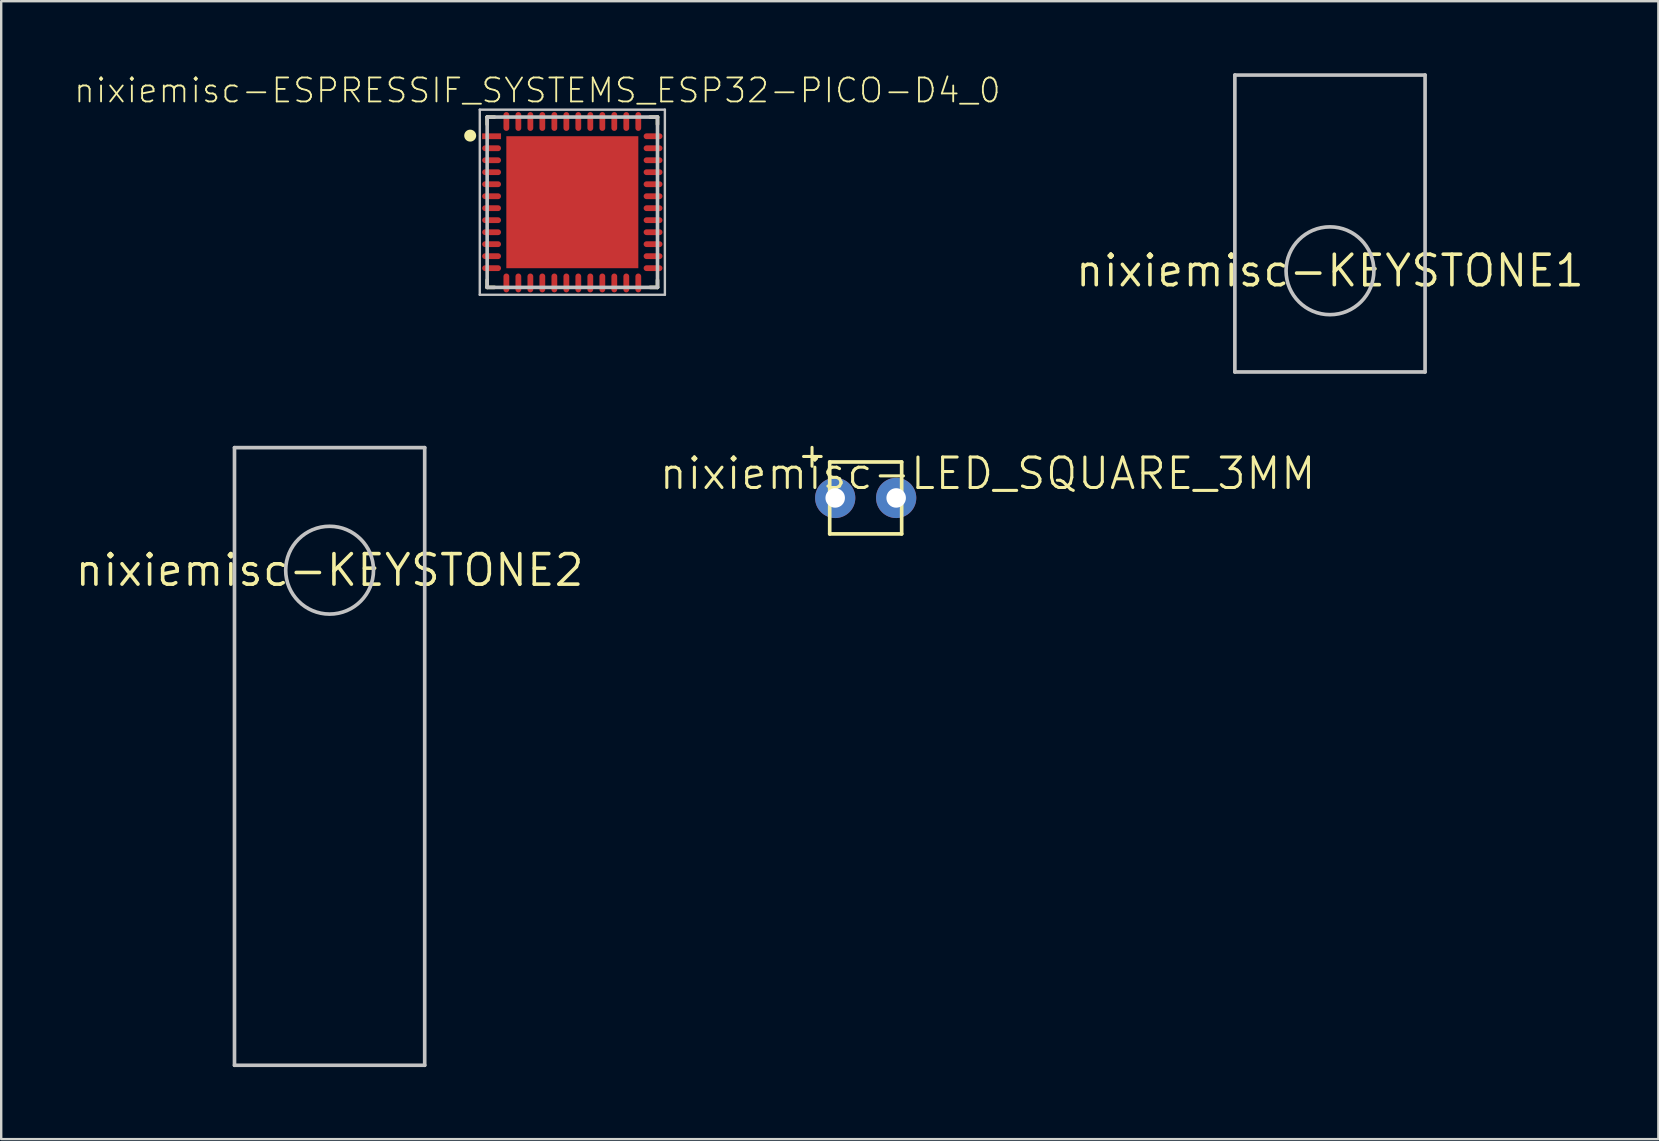
<source format=kicad_pcb>
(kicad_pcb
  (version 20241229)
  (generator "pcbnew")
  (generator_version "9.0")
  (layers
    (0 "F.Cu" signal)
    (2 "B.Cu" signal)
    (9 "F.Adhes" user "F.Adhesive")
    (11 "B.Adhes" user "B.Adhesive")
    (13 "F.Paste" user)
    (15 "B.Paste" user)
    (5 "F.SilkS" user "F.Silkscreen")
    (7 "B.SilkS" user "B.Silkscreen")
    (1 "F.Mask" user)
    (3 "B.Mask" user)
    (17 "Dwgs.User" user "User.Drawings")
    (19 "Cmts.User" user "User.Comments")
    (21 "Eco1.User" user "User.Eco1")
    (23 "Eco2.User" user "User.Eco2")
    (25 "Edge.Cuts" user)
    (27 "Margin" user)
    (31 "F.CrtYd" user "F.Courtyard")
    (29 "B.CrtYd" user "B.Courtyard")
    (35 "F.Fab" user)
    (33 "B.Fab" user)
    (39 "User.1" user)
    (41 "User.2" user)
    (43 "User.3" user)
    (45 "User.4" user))
  (footprint "nixiemisc-ESPRESSIF_SYSTEMS_ESP32-PICO-D4_0"
    (layer "F.Cu")
    (at 20.793 5.374)
    (property "Reference" "nixiemisc-ESPRESSIF_SYSTEMS_ESP32-PICO-D4_0" (at -1.455 -4.656 0) (layer "F.SilkS") (effects (font (size 0.998 0.998) (thickness 0.076))))
    (attr smd)
    (fp_line (start -3.548 -3.548) (end -3.244 -3.548) (stroke (width 0.15) (type solid)) (layer "F.SilkS"))
    (fp_line (start -3.548 -3.244) (end -3.548 -3.548) (stroke (width 0.15) (type solid)) (layer "F.SilkS"))
    (fp_line (start -3.548 3.548) (end -3.548 3.244) (stroke (width 0.15) (type solid)) (layer "F.SilkS"))
    (fp_line (start -3.548 3.548) (end -3.244 3.548) (stroke (width 0.15) (type solid)) (layer "F.SilkS"))
    (fp_line (start 3.244 -3.548) (end 3.548 -3.548) (stroke (width 0.15) (type solid)) (layer "F.SilkS"))
    (fp_line (start 3.244 3.548) (end 3.548 3.548) (stroke (width 0.15) (type solid)) (layer "F.SilkS"))
    (fp_line (start 3.548 -3.244) (end 3.548 -3.548) (stroke (width 0.15) (type solid)) (layer "F.SilkS"))
    (fp_line (start 3.548 3.548) (end 3.548 3.244) (stroke (width 0.15) (type solid)) (layer "F.SilkS"))
    (fp_circle (center -4.255 -2.774) (end -4.255 -3.023) (stroke (width 0) (type solid)) (fill yes) (layer "F.SilkS"))
    (fp_line (start -2.075 -2.075) (end -0.335 -2.075) (stroke (width 0.066) (type solid)) (layer "F.Paste"))
    (fp_line (start -2.075 -0.335) (end -2.075 -2.075) (stroke (width 0.066) (type solid)) (layer "F.Paste"))
    (fp_line (start -2.075 -0.335) (end -0.335 -0.335) (stroke (width 0.066) (type solid)) (layer "F.Paste"))
    (fp_line (start -2.075 0.335) (end -0.335 0.335) (stroke (width 0.066) (type solid)) (layer "F.Paste"))
    (fp_line (start -2.075 2.075) (end -2.075 0.335) (stroke (width 0.066) (type solid)) (layer "F.Paste"))
    (fp_line (start -2.075 2.075) (end -0.335 2.075) (stroke (width 0.066) (type solid)) (layer "F.Paste"))
    (fp_line (start -0.335 -0.335) (end -0.335 -2.075) (stroke (width 0.066) (type solid)) (layer "F.Paste"))
    (fp_line (start -0.335 2.075) (end -0.335 0.335) (stroke (width 0.066) (type solid)) (layer "F.Paste"))
    (fp_line (start 0.335 -2.075) (end 2.075 -2.075) (stroke (width 0.066) (type solid)) (layer "F.Paste"))
    (fp_line (start 0.335 -0.335) (end 0.335 -2.075) (stroke (width 0.066) (type solid)) (layer "F.Paste"))
    (fp_line (start 0.335 -0.335) (end 2.075 -0.335) (stroke (width 0.066) (type solid)) (layer "F.Paste"))
    (fp_line (start 0.335 0.335) (end 2.075 0.335) (stroke (width 0.066) (type solid)) (layer "F.Paste"))
    (fp_line (start 0.335 2.075) (end 0.335 0.335) (stroke (width 0.066) (type solid)) (layer "F.Paste"))
    (fp_line (start 0.335 2.075) (end 2.075 2.075) (stroke (width 0.066) (type solid)) (layer "F.Paste"))
    (fp_line (start 2.075 -0.335) (end 2.075 -2.075) (stroke (width 0.066) (type solid)) (layer "F.Paste"))
    (fp_line (start 2.075 2.075) (end 2.075 0.335) (stroke (width 0.066) (type solid)) (layer "F.Paste"))
    (fp_line (start -3.856 -3.856) (end 3.856 -3.856) (stroke (width 0.099) (type solid)) (layer "Dwgs.User"))
    (fp_line (start -3.856 3.856) (end -3.856 -3.856) (stroke (width 0.099) (type solid)) (layer "Dwgs.User"))
    (fp_line (start -3.548 -3.548) (end 3.548 -3.548) (stroke (width 0.15) (type solid)) (layer "Dwgs.User"))
    (fp_line (start -3.548 3.548) (end -3.548 -3.548) (stroke (width 0.15) (type solid)) (layer "Dwgs.User"))
    (fp_line (start 3.548 -3.548) (end 3.548 3.548) (stroke (width 0.15) (type solid)) (layer "Dwgs.User"))
    (fp_line (start 3.548 3.548) (end -3.548 3.548) (stroke (width 0.15) (type solid)) (layer "Dwgs.User"))
    (fp_line (start 3.856 -3.856) (end 3.856 3.856) (stroke (width 0.099) (type solid)) (layer "Dwgs.User"))
    (fp_line (start 3.856 3.856) (end -3.856 3.856) (stroke (width 0.099) (type solid)) (layer "Dwgs.User"))
    (pad "1" smd rect (at -3.363 -2.748) (size 0.785 0.241) (layers "F.Cu" "F.Mask" "F.Paste"))
    (pad "2" smd oval (at -3.363 -2.248) (size 0.785 0.241) (layers "F.Cu" "F.Mask" "F.Paste"))
    (pad "3" smd oval (at -3.363 -1.748) (size 0.785 0.241) (layers "F.Cu" "F.Mask" "F.Paste"))
    (pad "4" smd oval (at -3.363 -1.25) (size 0.785 0.241) (layers "F.Cu" "F.Mask" "F.Paste"))
    (pad "5" smd oval (at -3.363 -0.749) (size 0.785 0.241) (layers "F.Cu" "F.Mask" "F.Paste"))
    (pad "6" smd oval (at -3.363 -0.249) (size 0.785 0.241) (layers "F.Cu" "F.Mask" "F.Paste"))
    (pad "7" smd oval (at -3.363 0.249) (size 0.785 0.241) (layers "F.Cu" "F.Mask" "F.Paste"))
    (pad "8" smd oval (at -3.363 0.749) (size 0.785 0.241) (layers "F.Cu" "F.Mask" "F.Paste"))
    (pad "9" smd oval (at -3.363 1.25) (size 0.785 0.241) (layers "F.Cu" "F.Mask" "F.Paste"))
    (pad "10" smd oval (at -3.363 1.748) (size 0.785 0.241) (layers "F.Cu" "F.Mask" "F.Paste"))
    (pad "11" smd oval (at -3.363 2.248) (size 0.785 0.241) (layers "F.Cu" "F.Mask" "F.Paste"))
    (pad "12" smd oval (at -3.363 2.748) (size 0.785 0.241) (layers "F.Cu" "F.Mask" "F.Paste"))
    (pad "13" smd oval (at -2.748 3.363) (size 0.241 0.785) (layers "F.Cu" "F.Mask" "F.Paste"))
    (pad "14" smd oval (at -2.248 3.363) (size 0.241 0.785) (layers "F.Cu" "F.Mask" "F.Paste"))
    (pad "15" smd oval (at -1.748 3.363) (size 0.241 0.785) (layers "F.Cu" "F.Mask" "F.Paste"))
    (pad "16" smd oval (at -1.25 3.363) (size 0.241 0.785) (layers "F.Cu" "F.Mask" "F.Paste"))
    (pad "17" smd oval (at -0.749 3.363) (size 0.241 0.785) (layers "F.Cu" "F.Mask" "F.Paste"))
    (pad "18" smd oval (at -0.249 3.363) (size 0.241 0.785) (layers "F.Cu" "F.Mask" "F.Paste"))
    (pad "19" smd oval (at 0.249 3.363) (size 0.241 0.785) (layers "F.Cu" "F.Mask" "F.Paste"))
    (pad "20" smd oval (at 0.749 3.363) (size 0.241 0.785) (layers "F.Cu" "F.Mask" "F.Paste"))
    (pad "21" smd oval (at 1.25 3.363) (size 0.241 0.785) (layers "F.Cu" "F.Mask" "F.Paste"))
    (pad "22" smd oval (at 1.748 3.363) (size 0.241 0.785) (layers "F.Cu" "F.Mask" "F.Paste"))
    (pad "23" smd oval (at 2.248 3.363) (size 0.241 0.785) (layers "F.Cu" "F.Mask" "F.Paste"))
    (pad "24" smd oval (at 2.748 3.363) (size 0.241 0.785) (layers "F.Cu" "F.Mask" "F.Paste"))
    (pad "25" smd oval (at 3.363 2.748) (size 0.785 0.241) (layers "F.Cu" "F.Mask" "F.Paste"))
    (pad "26" smd oval (at 3.363 2.248) (size 0.785 0.241) (layers "F.Cu" "F.Mask" "F.Paste"))
    (pad "27" smd oval (at 3.363 1.748) (size 0.785 0.241) (layers "F.Cu" "F.Mask" "F.Paste"))
    (pad "28" smd oval (at 3.363 1.25) (size 0.785 0.241) (layers "F.Cu" "F.Mask" "F.Paste"))
    (pad "29" smd oval (at 3.363 0.749) (size 0.785 0.241) (layers "F.Cu" "F.Mask" "F.Paste"))
    (pad "30" smd oval (at 3.363 0.249) (size 0.785 0.241) (layers "F.Cu" "F.Mask" "F.Paste"))
    (pad "31" smd oval (at 3.363 -0.249) (size 0.785 0.241) (layers "F.Cu" "F.Mask" "F.Paste"))
    (pad "32" smd oval (at 3.363 -0.749) (size 0.785 0.241) (layers "F.Cu" "F.Mask" "F.Paste"))
    (pad "33" smd oval (at 3.363 -1.25) (size 0.785 0.241) (layers "F.Cu" "F.Mask" "F.Paste"))
    (pad "34" smd oval (at 3.363 -1.748) (size 0.785 0.241) (layers "F.Cu" "F.Mask" "F.Paste"))
    (pad "35" smd oval (at 3.363 -2.248) (size 0.785 0.241) (layers "F.Cu" "F.Mask" "F.Paste"))
    (pad "36" smd oval (at 3.363 -2.748) (size 0.785 0.241) (layers "F.Cu" "F.Mask" "F.Paste"))
    (pad "37" smd oval (at 2.748 -3.363) (size 0.241 0.785) (layers "F.Cu" "F.Mask" "F.Paste"))
    (pad "38" smd oval (at 2.248 -3.363) (size 0.241 0.785) (layers "F.Cu" "F.Mask" "F.Paste"))
    (pad "39" smd oval (at 1.748 -3.363) (size 0.241 0.785) (layers "F.Cu" "F.Mask" "F.Paste"))
    (pad "40" smd oval (at 1.25 -3.363) (size 0.241 0.785) (layers "F.Cu" "F.Mask" "F.Paste"))
    (pad "41" smd oval (at 0.749 -3.363) (size 0.241 0.785) (layers "F.Cu" "F.Mask" "F.Paste"))
    (pad "42" smd oval (at 0.249 -3.363) (size 0.241 0.785) (layers "F.Cu" "F.Mask" "F.Paste"))
    (pad "43" smd oval (at -0.249 -3.363) (size 0.241 0.785) (layers "F.Cu" "F.Mask" "F.Paste"))
    (pad "44" smd oval (at -0.749 -3.363) (size 0.241 0.785) (layers "F.Cu" "F.Mask" "F.Paste"))
    (pad "45" smd oval (at -1.25 -3.363) (size 0.241 0.785) (layers "F.Cu" "F.Mask" "F.Paste"))
    (pad "46" smd oval (at -1.748 -3.363) (size 0.241 0.785) (layers "F.Cu" "F.Mask" "F.Paste"))
    (pad "47" smd oval (at -2.248 -3.363) (size 0.241 0.785) (layers "F.Cu" "F.Mask" "F.Paste"))
    (pad "48" smd oval (at -2.748 -3.363) (size 0.241 0.785) (layers "F.Cu" "F.Mask" "F.Paste"))
    (pad "49" smd rect (at 0 0) (size 5.499 5.499) (layers "F.Cu" "F.Mask" "F.Paste")))
  (footprint "nixiemisc-KEYSTONE2"
    (layer "F.Cu")
    (at 10.681 20.704)
    (property "Reference" "nixiemisc-KEYSTONE2" (at 0 0 0) (layer "F.SilkS") (effects (font (size 1.27 1.27) (thickness 0.15))))
    (attr exclude_from_pos_files exclude_from_bom)
    (fp_line (start -3.962 -5.105) (end -3.962 20.625) (stroke (width 0.152) (type solid)) (layer "Dwgs.User"))
    (fp_line (start -3.962 20.625) (end 3.962 20.625) (stroke (width 0.152) (type solid)) (layer "Dwgs.User"))
    (fp_line (start 3.962 -5.105) (end -3.962 -5.105) (stroke (width 0.152) (type solid)) (layer "Dwgs.User"))
    (fp_line (start 3.962 20.625) (end 3.962 -5.105) (stroke (width 0.152) (type solid)) (layer "Dwgs.User"))
    (fp_circle (center 0 0) (end 0 -1.829) (stroke (width 0.152) (type solid)) (fill no) (layer "Dwgs.User")))
  (footprint "nixiemisc-KEYSTONE1"
    (layer "F.Cu")
    (at 52.356 8.23)
    (property "Reference" "nixiemisc-KEYSTONE1" (at 0 0 0) (layer "F.SilkS") (effects (font (size 1.27 1.27) (thickness 0.15))))
    (attr exclude_from_pos_files exclude_from_bom)
    (fp_line (start -3.962 -8.153) (end -3.962 4.216) (stroke (width 0.152) (type solid)) (layer "Dwgs.User"))
    (fp_line (start -3.962 4.216) (end 3.962 4.216) (stroke (width 0.152) (type solid)) (layer "Dwgs.User"))
    (fp_line (start 3.962 -8.153) (end -3.962 -8.153) (stroke (width 0.152) (type solid)) (layer "Dwgs.User"))
    (fp_line (start 3.962 4.216) (end 3.962 -8.153) (stroke (width 0.152) (type solid)) (layer "Dwgs.User"))
    (fp_circle (center 0 0) (end 0 -1.829) (stroke (width 0.152) (type solid)) (fill no) (layer "Dwgs.User")))
  (footprint "nixiemisc-LED_SQUARE_3MM"
    (layer "F.Cu")
    (at 33.014 17.694)
    (property "Reference" "nixiemisc-LED_SQUARE_3MM" (at 5.08 -1.016 0) (layer "F.SilkS") (effects (font (size 1.27 1.27) (thickness 0.127))))
    (attr exclude_from_pos_files exclude_from_bom)
    (fp_line (start -2.588 -1.727) (end -1.854 -1.727) (stroke (width 0.127) (type solid)) (layer "F.SilkS"))
    (fp_line (start -2.235 -1.321) (end -2.235 -2.108) (stroke (width 0.127) (type solid)) (layer "F.SilkS"))
    (fp_line (start -1.499 -1.499) (end 1.499 -1.499) (stroke (width 0.152) (type solid)) (layer "F.SilkS"))
    (fp_line (start -1.499 1.499) (end -1.499 -1.499) (stroke (width 0.152) (type solid)) (layer "F.SilkS"))
    (fp_line (start 1.499 -1.499) (end 1.499 1.499) (stroke (width 0.152) (type solid)) (layer "F.SilkS"))
    (fp_line (start 1.499 1.499) (end -1.499 1.499) (stroke (width 0.152) (type solid)) (layer "F.SilkS"))
    (pad "A" thru_hole circle (at -1.27 0) (size 1.676 1.676) (drill 0.813) (layers "*.Cu" "*.Mask"))
    (pad "K" thru_hole circle (at 1.27 0) (size 1.676 1.676) (drill 0.813) (layers "*.Cu" "*.Mask")))
  (gr_rect
    (start -3 -3)
    (end 66.037 44.405)
    (stroke (width 0.1) (type default))
    (fill no)
    (layer "Edge.Cuts")))
</source>
